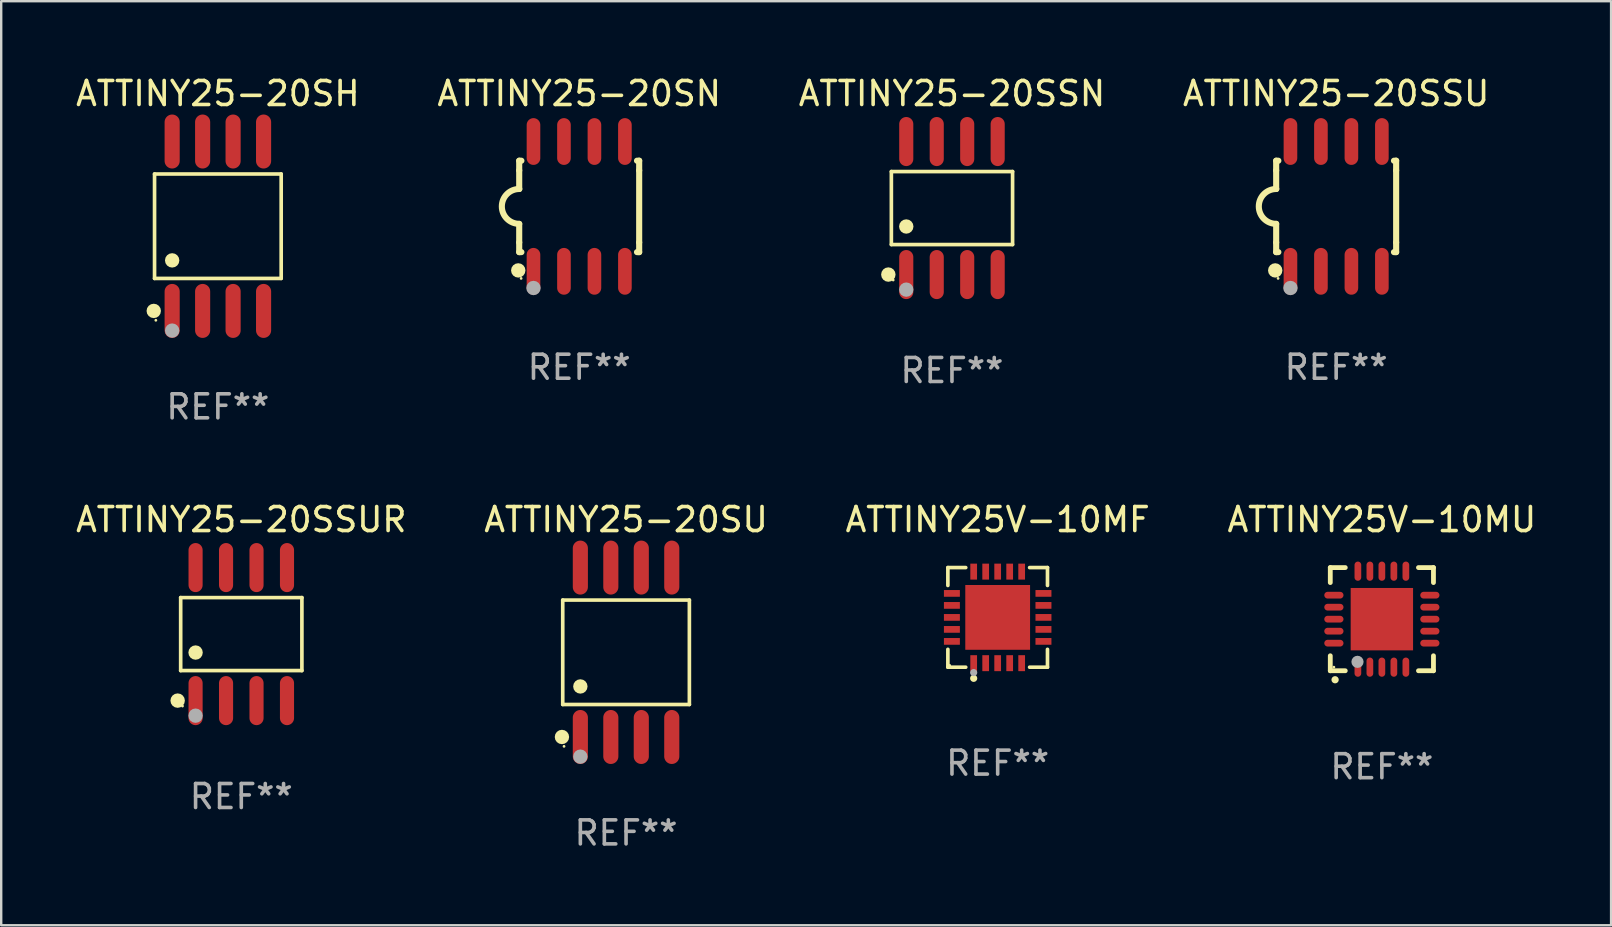
<source format=kicad_pcb>
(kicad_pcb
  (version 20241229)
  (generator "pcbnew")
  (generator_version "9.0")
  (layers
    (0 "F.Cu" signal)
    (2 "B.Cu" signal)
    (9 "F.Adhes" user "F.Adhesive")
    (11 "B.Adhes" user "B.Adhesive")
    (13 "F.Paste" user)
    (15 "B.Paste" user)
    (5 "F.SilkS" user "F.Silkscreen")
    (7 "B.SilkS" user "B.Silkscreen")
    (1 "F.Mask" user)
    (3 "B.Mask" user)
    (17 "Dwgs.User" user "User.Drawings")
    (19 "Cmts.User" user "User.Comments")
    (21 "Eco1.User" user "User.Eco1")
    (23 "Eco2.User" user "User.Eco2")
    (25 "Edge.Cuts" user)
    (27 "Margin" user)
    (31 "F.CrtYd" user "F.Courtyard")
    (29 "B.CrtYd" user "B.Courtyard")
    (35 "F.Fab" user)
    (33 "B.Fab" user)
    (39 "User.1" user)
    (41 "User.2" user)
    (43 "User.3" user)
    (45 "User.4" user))
  (footprint "ATTINY25-20SSU"
    (layer "F.Cu")
    (at 52.637 5.553)
    (property "Reference" "ATTINY25-20SSU" (at 0 -4.705 0) (layer "F.SilkS") (effects (font (size 1 1) (thickness 0.15))))
    (attr through_hole)
    (fp_line (start -2.5 -1.905) (end -2.409 -1.905) (stroke (width 0.254) (type solid)) (layer "F.SilkS"))
    (fp_line (start -2.5 -1.5) (end -2.5 -1.905) (stroke (width 0.254) (type solid)) (layer "F.SilkS"))
    (fp_line (start -2.5 -1.5) (end -2.5 -0.726) (stroke (width 0.254) (type solid)) (layer "F.SilkS"))
    (fp_line (start -2.5 1.5) (end -2.5 0.727) (stroke (width 0.254) (type solid)) (layer "F.SilkS"))
    (fp_line (start -2.5 1.5) (end -2.5 1.905) (stroke (width 0.254) (type solid)) (layer "F.SilkS"))
    (fp_line (start -2.5 1.905) (end -2.409 1.905) (stroke (width 0.254) (type solid)) (layer "F.SilkS"))
    (fp_line (start 2.5 -1.905) (end 2.409 -1.905) (stroke (width 0.254) (type solid)) (layer "F.SilkS"))
    (fp_line (start 2.5 -1.5) (end 2.5 -1.905) (stroke (width 0.254) (type solid)) (layer "F.SilkS"))
    (fp_line (start 2.5 -1.5) (end 2.5 1.5) (stroke (width 0.254) (type solid)) (layer "F.SilkS"))
    (fp_line (start 2.5 1.5) (end 2.5 1.905) (stroke (width 0.254) (type solid)) (layer "F.SilkS"))
    (fp_line (start 2.5 1.905) (end 2.409 1.905) (stroke (width 0.254) (type solid)) (layer "F.SilkS"))
    (fp_arc (start -2.5 0.726568) (mid -3.220316 -0.0023) (end -2.495097 -0.726289) (stroke (width 0.254001) (type solid)) (layer "F.SilkS"))
    (fp_circle (center -2.54 2.667) (end -2.39 2.667) (stroke (width 0.3) (type solid)) (fill no) (layer "F.SilkS"))
    (fp_circle (center -2.42 3) (end -2.39 3) (stroke (width 0.06) (type solid)) (fill no) (layer "F.SilkS"))
    (fp_circle (center -1.905 3.4) (end -1.755 3.4) (stroke (width 0.3) (type solid)) (fill no) (layer "F.Fab"))
    (fp_text user "REF**" (at 0 6.705 0) (layer "F.Fab") (effects (font (size 1 1) (thickness 0.15))))
    (pad "1" smd oval (at -1.905 2.705) (size 0.568 1.95) (layers "F.Cu" "F.Mask" "F.Paste"))
    (pad "2" smd oval (at -0.635 2.705) (size 0.568 1.95) (layers "F.Cu" "F.Mask" "F.Paste"))
    (pad "3" smd oval (at 0.635 2.705) (size 0.568 1.95) (layers "F.Cu" "F.Mask" "F.Paste"))
    (pad "4" smd oval (at 1.905 2.705) (size 0.568 1.95) (layers "F.Cu" "F.Mask" "F.Paste"))
    (pad "5" smd oval (at 1.905 -2.705) (size 0.568 1.95) (layers "F.Cu" "F.Mask" "F.Paste"))
    (pad "6" smd oval (at 0.635 -2.705) (size 0.568 1.95) (layers "F.Cu" "F.Mask" "F.Paste"))
    (pad "7" smd oval (at -0.635 -2.705) (size 0.568 1.95) (layers "F.Cu" "F.Mask" "F.Paste"))
    (pad "8" smd oval (at -1.905 -2.705) (size 0.568 1.95) (layers "F.Cu" "F.Mask" "F.Paste")))
  (footprint "ATTINY25-20SSUR"
    (layer "F.Cu")
    (at 7.006 23.377)
    (property "Reference" "ATTINY25-20SSUR" (at 0 -4.772 0) (layer "F.SilkS") (effects (font (size 1 1) (thickness 0.15))))
    (attr through_hole)
    (fp_line (start -2.526 -1.521) (end 2.526 -1.521) (stroke (width 0.152) (type solid)) (layer "F.SilkS"))
    (fp_line (start -2.526 1.521) (end -2.526 -1.521) (stroke (width 0.152) (type solid)) (layer "F.SilkS"))
    (fp_line (start 2.526 -1.521) (end 2.526 1.521) (stroke (width 0.152) (type solid)) (layer "F.SilkS"))
    (fp_line (start 2.526 1.521) (end -2.526 1.521) (stroke (width 0.152) (type solid)) (layer "F.SilkS"))
    (fp_circle (center -2.652 2.772) (end -2.501 2.772) (stroke (width 0.3) (type solid)) (fill no) (layer "F.SilkS"))
    (fp_circle (center -2.45 3) (end -2.42 3) (stroke (width 0.06) (type solid)) (fill no) (layer "F.SilkS"))
    (fp_circle (center -1.905 0.769) (end -1.755 0.769) (stroke (width 0.3) (type solid)) (fill no) (layer "F.SilkS"))
    (fp_circle (center -1.905 3.4) (end -1.755 3.4) (stroke (width 0.3) (type solid)) (fill no) (layer "F.Fab"))
    (fp_text user "REF**" (at 0 6.772 0) (layer "F.Fab") (effects (font (size 1 1) (thickness 0.15))))
    (pad "1" smd oval (at -1.905 2.772) (size 0.588 2.045) (layers "F.Cu" "F.Mask" "F.Paste"))
    (pad "2" smd oval (at -0.635 2.772) (size 0.588 2.045) (layers "F.Cu" "F.Mask" "F.Paste"))
    (pad "3" smd oval (at 0.635 2.772) (size 0.588 2.045) (layers "F.Cu" "F.Mask" "F.Paste"))
    (pad "4" smd oval (at 1.905 2.772) (size 0.588 2.045) (layers "F.Cu" "F.Mask" "F.Paste"))
    (pad "5" smd oval (at 1.905 -2.772) (size 0.588 2.045) (layers "F.Cu" "F.Mask" "F.Paste"))
    (pad "6" smd oval (at 0.635 -2.772) (size 0.588 2.045) (layers "F.Cu" "F.Mask" "F.Paste"))
    (pad "7" smd oval (at -0.635 -2.772) (size 0.588 2.045) (layers "F.Cu" "F.Mask" "F.Paste"))
    (pad "8" smd oval (at -1.905 -2.772) (size 0.588 2.045) (layers "F.Cu" "F.Mask" "F.Paste")))
  (footprint "ATTINY25-20SN"
    (layer "F.Cu")
    (at 21.089 5.553)
    (property "Reference" "ATTINY25-20SN" (at 0 -4.705 0) (layer "F.SilkS") (effects (font (size 1 1) (thickness 0.15))))
    (attr through_hole)
    (fp_line (start -2.5 -1.905) (end -2.409 -1.905) (stroke (width 0.254) (type solid)) (layer "F.SilkS"))
    (fp_line (start -2.5 -1.5) (end -2.5 -1.905) (stroke (width 0.254) (type solid)) (layer "F.SilkS"))
    (fp_line (start -2.5 -1.5) (end -2.5 -0.726) (stroke (width 0.254) (type solid)) (layer "F.SilkS"))
    (fp_line (start -2.5 1.5) (end -2.5 0.727) (stroke (width 0.254) (type solid)) (layer "F.SilkS"))
    (fp_line (start -2.5 1.5) (end -2.5 1.905) (stroke (width 0.254) (type solid)) (layer "F.SilkS"))
    (fp_line (start -2.5 1.905) (end -2.409 1.905) (stroke (width 0.254) (type solid)) (layer "F.SilkS"))
    (fp_line (start 2.5 -1.905) (end 2.409 -1.905) (stroke (width 0.254) (type solid)) (layer "F.SilkS"))
    (fp_line (start 2.5 -1.5) (end 2.5 -1.905) (stroke (width 0.254) (type solid)) (layer "F.SilkS"))
    (fp_line (start 2.5 -1.5) (end 2.5 1.5) (stroke (width 0.254) (type solid)) (layer "F.SilkS"))
    (fp_line (start 2.5 1.5) (end 2.5 1.905) (stroke (width 0.254) (type solid)) (layer "F.SilkS"))
    (fp_line (start 2.5 1.905) (end 2.409 1.905) (stroke (width 0.254) (type solid)) (layer "F.SilkS"))
    (fp_arc (start -2.5 0.726568) (mid -3.220316 -0.0023) (end -2.495097 -0.726289) (stroke (width 0.254001) (type solid)) (layer "F.SilkS"))
    (fp_circle (center -2.54 2.667) (end -2.39 2.667) (stroke (width 0.3) (type solid)) (fill no) (layer "F.SilkS"))
    (fp_circle (center -2.42 3) (end -2.39 3) (stroke (width 0.06) (type solid)) (fill no) (layer "F.SilkS"))
    (fp_circle (center -1.905 3.4) (end -1.755 3.4) (stroke (width 0.3) (type solid)) (fill no) (layer "F.Fab"))
    (fp_text user "REF**" (at 0 6.705 0) (layer "F.Fab") (effects (font (size 1 1) (thickness 0.15))))
    (pad "1" smd oval (at -1.905 2.705) (size 0.568 1.95) (layers "F.Cu" "F.Mask" "F.Paste"))
    (pad "2" smd oval (at -0.635 2.705) (size 0.568 1.95) (layers "F.Cu" "F.Mask" "F.Paste"))
    (pad "3" smd oval (at 0.635 2.705) (size 0.568 1.95) (layers "F.Cu" "F.Mask" "F.Paste"))
    (pad "4" smd oval (at 1.905 2.705) (size 0.568 1.95) (layers "F.Cu" "F.Mask" "F.Paste"))
    (pad "5" smd oval (at 1.905 -2.705) (size 0.568 1.95) (layers "F.Cu" "F.Mask" "F.Paste"))
    (pad "6" smd oval (at 0.635 -2.705) (size 0.568 1.95) (layers "F.Cu" "F.Mask" "F.Paste"))
    (pad "7" smd oval (at -0.635 -2.705) (size 0.568 1.95) (layers "F.Cu" "F.Mask" "F.Paste"))
    (pad "8" smd oval (at -1.905 -2.705) (size 0.568 1.95) (layers "F.Cu" "F.Mask" "F.Paste")))
  (footprint "ATTINY25V-10MF"
    (layer "F.Cu")
    (at 38.53 22.681)
    (property "Reference" "ATTINY25V-10MF" (at 0 -4.076 0) (layer "F.SilkS") (effects (font (size 1 1) (thickness 0.15))))
    (attr through_hole)
    (fp_line (start -2.076 -2.076) (end -1.331 -2.076) (stroke (width 0.152) (type solid)) (layer "F.SilkS"))
    (fp_line (start -2.076 -1.331) (end -2.076 -2.076) (stroke (width 0.152) (type solid)) (layer "F.SilkS"))
    (fp_line (start -2.076 1.331) (end -2.076 2.076) (stroke (width 0.152) (type solid)) (layer "F.SilkS"))
    (fp_line (start -2.076 2.076) (end -1.331 2.076) (stroke (width 0.152) (type solid)) (layer "F.SilkS"))
    (fp_line (start 2.076 -2.076) (end 1.331 -2.076) (stroke (width 0.152) (type solid)) (layer "F.SilkS"))
    (fp_line (start 2.076 -1.331) (end 2.076 -2.076) (stroke (width 0.152) (type solid)) (layer "F.SilkS"))
    (fp_line (start 2.076 1.331) (end 2.076 2.076) (stroke (width 0.152) (type solid)) (layer "F.SilkS"))
    (fp_line (start 2.076 2.076) (end 1.331 2.076) (stroke (width 0.152) (type solid)) (layer "F.SilkS"))
    (fp_circle (center -2 2) (end -1.97 2) (stroke (width 0.06) (type solid)) (fill no) (layer "F.SilkS"))
    (fp_circle (center -1 2.54) (end -0.925 2.54) (stroke (width 0.15) (type solid)) (fill no) (layer "F.SilkS"))
    (fp_circle (center -1 2.3) (end -0.925 2.3) (stroke (width 0.15) (type solid)) (fill no) (layer "F.Fab"))
    (fp_text user "REF**" (at 0 6.076 0) (layer "F.Fab") (effects (font (size 1 1) (thickness 0.15))))
    (pad "1" smd rect (at -1 1.908) (size 0.28 0.665) (layers "F.Cu" "F.Mask" "F.Paste"))
    (pad "2" smd rect (at -0.5 1.908) (size 0.28 0.665) (layers "F.Cu" "F.Mask" "F.Paste"))
    (pad "3" smd rect (at 0 1.908) (size 0.28 0.665) (layers "F.Cu" "F.Mask" "F.Paste"))
    (pad "4" smd rect (at 0.5 1.908) (size 0.28 0.665) (layers "F.Cu" "F.Mask" "F.Paste"))
    (pad "5" smd rect (at 1 1.908) (size 0.28 0.665) (layers "F.Cu" "F.Mask" "F.Paste"))
    (pad "6" smd rect (at 1.908 1) (size 0.665 0.28) (layers "F.Cu" "F.Mask" "F.Paste"))
    (pad "7" smd rect (at 1.908 0.5) (size 0.665 0.28) (layers "F.Cu" "F.Mask" "F.Paste"))
    (pad "8" smd rect (at 1.908 0) (size 0.665 0.28) (layers "F.Cu" "F.Mask" "F.Paste"))
    (pad "9" smd rect (at 1.908 -0.5) (size 0.665 0.28) (layers "F.Cu" "F.Mask" "F.Paste"))
    (pad "10" smd rect (at 1.908 -1) (size 0.665 0.28) (layers "F.Cu" "F.Mask" "F.Paste"))
    (pad "11" smd rect (at 1 -1.908) (size 0.28 0.665) (layers "F.Cu" "F.Mask" "F.Paste"))
    (pad "12" smd rect (at 0.5 -1.908) (size 0.28 0.665) (layers "F.Cu" "F.Mask" "F.Paste"))
    (pad "13" smd rect (at 0 -1.908) (size 0.28 0.665) (layers "F.Cu" "F.Mask" "F.Paste"))
    (pad "14" smd rect (at -0.5 -1.908) (size 0.28 0.665) (layers "F.Cu" "F.Mask" "F.Paste"))
    (pad "15" smd rect (at -1 -1.908) (size 0.28 0.665) (layers "F.Cu" "F.Mask" "F.Paste"))
    (pad "16" smd rect (at -1.908 -1) (size 0.665 0.28) (layers "F.Cu" "F.Mask" "F.Paste"))
    (pad "17" smd rect (at -1.908 -0.5) (size 0.665 0.28) (layers "F.Cu" "F.Mask" "F.Paste"))
    (pad "18" smd rect (at -1.908 0) (size 0.665 0.28) (layers "F.Cu" "F.Mask" "F.Paste"))
    (pad "19" smd rect (at -1.908 0.5) (size 0.665 0.28) (layers "F.Cu" "F.Mask" "F.Paste"))
    (pad "20" smd rect (at -1.908 1) (size 0.665 0.28) (layers "F.Cu" "F.Mask" "F.Paste"))
    (pad "21" smd rect (at 0 0) (size 2.7 2.7) (layers "F.Cu" "F.Mask" "F.Paste")))
  (footprint "ATTINY25-20SU"
    (layer "F.Cu")
    (at 23.042 24.135)
    (property "Reference" "ATTINY25-20SU" (at 0 -5.53 0) (layer "F.SilkS") (effects (font (size 1 1) (thickness 0.15))))
    (attr through_hole)
    (fp_line (start -2.639 -2.176) (end 2.639 -2.176) (stroke (width 0.152) (type solid)) (layer "F.SilkS"))
    (fp_line (start -2.639 2.176) (end -2.639 -2.176) (stroke (width 0.152) (type solid)) (layer "F.SilkS"))
    (fp_line (start 2.639 -2.176) (end 2.639 2.176) (stroke (width 0.152) (type solid)) (layer "F.SilkS"))
    (fp_line (start 2.639 2.176) (end -2.639 2.176) (stroke (width 0.152) (type solid)) (layer "F.SilkS"))
    (fp_circle (center -2.672 3.53) (end -2.522 3.53) (stroke (width 0.3) (type solid)) (fill no) (layer "F.SilkS"))
    (fp_circle (center -2.585 3.92) (end -2.555 3.92) (stroke (width 0.06) (type solid)) (fill no) (layer "F.SilkS"))
    (fp_circle (center -1.905 1.424) (end -1.755 1.424) (stroke (width 0.3) (type solid)) (fill no) (layer "F.SilkS"))
    (fp_circle (center -1.905 4.35) (end -1.755 4.35) (stroke (width 0.3) (type solid)) (fill no) (layer "F.Fab"))
    (fp_text user "REF**" (at 0 7.53 0) (layer "F.Fab") (effects (font (size 1 1) (thickness 0.15))))
    (pad "1" smd oval (at -1.905 3.53) (size 0.63 2.25) (layers "F.Cu" "F.Mask" "F.Paste"))
    (pad "2" smd oval (at -0.635 3.53) (size 0.63 2.25) (layers "F.Cu" "F.Mask" "F.Paste"))
    (pad "3" smd oval (at 0.635 3.53) (size 0.63 2.25) (layers "F.Cu" "F.Mask" "F.Paste"))
    (pad "4" smd oval (at 1.905 3.53) (size 0.63 2.25) (layers "F.Cu" "F.Mask" "F.Paste"))
    (pad "5" smd oval (at 1.905 -3.53) (size 0.63 2.25) (layers "F.Cu" "F.Mask" "F.Paste"))
    (pad "6" smd oval (at 0.635 -3.53) (size 0.63 2.25) (layers "F.Cu" "F.Mask" "F.Paste"))
    (pad "7" smd oval (at -0.635 -3.53) (size 0.63 2.25) (layers "F.Cu" "F.Mask" "F.Paste"))
    (pad "8" smd oval (at -1.905 -3.53) (size 0.63 2.25) (layers "F.Cu" "F.Mask" "F.Paste")))
  (footprint "ATTINY25-20SSN"
    (layer "F.Cu")
    (at 36.625 5.621)
    (property "Reference" "ATTINY25-20SSN" (at 0 -4.772 0) (layer "F.SilkS") (effects (font (size 1 1) (thickness 0.15))))
    (attr through_hole)
    (fp_line (start -2.526 -1.521) (end 2.526 -1.521) (stroke (width 0.152) (type solid)) (layer "F.SilkS"))
    (fp_line (start -2.526 1.521) (end -2.526 -1.521) (stroke (width 0.152) (type solid)) (layer "F.SilkS"))
    (fp_line (start 2.526 -1.521) (end 2.526 1.521) (stroke (width 0.152) (type solid)) (layer "F.SilkS"))
    (fp_line (start 2.526 1.521) (end -2.526 1.521) (stroke (width 0.152) (type solid)) (layer "F.SilkS"))
    (fp_circle (center -2.652 2.772) (end -2.501 2.772) (stroke (width 0.3) (type solid)) (fill no) (layer "F.SilkS"))
    (fp_circle (center -2.45 3) (end -2.42 3) (stroke (width 0.06) (type solid)) (fill no) (layer "F.SilkS"))
    (fp_circle (center -1.905 0.769) (end -1.755 0.769) (stroke (width 0.3) (type solid)) (fill no) (layer "F.SilkS"))
    (fp_circle (center -1.905 3.4) (end -1.755 3.4) (stroke (width 0.3) (type solid)) (fill no) (layer "F.Fab"))
    (fp_text user "REF**" (at 0 6.772 0) (layer "F.Fab") (effects (font (size 1 1) (thickness 0.15))))
    (pad "1" smd oval (at -1.905 2.772) (size 0.588 2.045) (layers "F.Cu" "F.Mask" "F.Paste"))
    (pad "2" smd oval (at -0.635 2.772) (size 0.588 2.045) (layers "F.Cu" "F.Mask" "F.Paste"))
    (pad "3" smd oval (at 0.635 2.772) (size 0.588 2.045) (layers "F.Cu" "F.Mask" "F.Paste"))
    (pad "4" smd oval (at 1.905 2.772) (size 0.588 2.045) (layers "F.Cu" "F.Mask" "F.Paste"))
    (pad "5" smd oval (at 1.905 -2.772) (size 0.588 2.045) (layers "F.Cu" "F.Mask" "F.Paste"))
    (pad "6" smd oval (at 0.635 -2.772) (size 0.588 2.045) (layers "F.Cu" "F.Mask" "F.Paste"))
    (pad "7" smd oval (at -0.635 -2.772) (size 0.588 2.045) (layers "F.Cu" "F.Mask" "F.Paste"))
    (pad "8" smd oval (at -1.905 -2.772) (size 0.588 2.045) (layers "F.Cu" "F.Mask" "F.Paste")))
  (footprint "ATTINY25V-10MU"
    (layer "F.Cu")
    (at 54.542 22.755)
    (property "Reference" "ATTINY25V-10MU" (at 0 -4.15 0) (layer "F.SilkS") (effects (font (size 1 1) (thickness 0.15))))
    (attr through_hole)
    (fp_line (start -2.15 -2.15) (end -2.15 -1.525) (stroke (width 0.2) (type solid)) (layer "F.SilkS"))
    (fp_line (start -2.15 2.15) (end -2.15 1.525) (stroke (width 0.2) (type solid)) (layer "F.SilkS"))
    (fp_line (start -1.525 -2.15) (end -2.15 -2.15) (stroke (width 0.2) (type solid)) (layer "F.SilkS"))
    (fp_line (start -1.525 2.15) (end -2.15 2.15) (stroke (width 0.2) (type solid)) (layer "F.SilkS"))
    (fp_line (start 1.525 2.15) (end 2.15 2.15) (stroke (width 0.2) (type solid)) (layer "F.SilkS"))
    (fp_line (start 2.15 -2.15) (end 1.525 -2.15) (stroke (width 0.2) (type solid)) (layer "F.SilkS"))
    (fp_line (start 2.15 -1.525) (end 2.15 -2.15) (stroke (width 0.2) (type solid)) (layer "F.SilkS"))
    (fp_line (start 2.15 2.15) (end 2.15 1.525) (stroke (width 0.2) (type solid)) (layer "F.SilkS"))
    (fp_arc (start -1.950724 2.524765) (mid -1.949454 2.52476) (end -1.948184 2.524765) (stroke (width 0.3) (type solid)) (layer "F.SilkS"))
    (fp_circle (center -2 2) (end -1.97 2) (stroke (width 0.06) (type solid)) (fill no) (layer "F.SilkS"))
    (fp_circle (center -1.016 1.778) (end -0.889 1.778) (stroke (width 0.254) (type solid)) (fill no) (layer "F.Fab"))
    (fp_text user "REF**" (at 0 6.15 0) (layer "F.Fab") (effects (font (size 1 1) (thickness 0.15))))
    (pad "1" smd oval (at -1 2) (size 0.28 0.8) (layers "F.Cu" "F.Mask" "F.Paste"))
    (pad "2" smd oval (at -0.5 2) (size 0.28 0.8) (layers "F.Cu" "F.Mask" "F.Paste"))
    (pad "3" smd oval (at 0 2) (size 0.28 0.8) (layers "F.Cu" "F.Mask" "F.Paste"))
    (pad "4" smd oval (at 0.5 2) (size 0.28 0.8) (layers "F.Cu" "F.Mask" "F.Paste"))
    (pad "5" smd oval (at 1 2) (size 0.28 0.8) (layers "F.Cu" "F.Mask" "F.Paste"))
    (pad "6" smd oval (at 2 1) (size 0.8 0.28) (layers "F.Cu" "F.Mask" "F.Paste"))
    (pad "7" smd oval (at 2 0.5) (size 0.8 0.28) (layers "F.Cu" "F.Mask" "F.Paste"))
    (pad "8" smd oval (at 2 0) (size 0.8 0.28) (layers "F.Cu" "F.Mask" "F.Paste"))
    (pad "9" smd oval (at 2 -0.5) (size 0.8 0.28) (layers "F.Cu" "F.Mask" "F.Paste"))
    (pad "10" smd oval (at 2 -1) (size 0.8 0.28) (layers "F.Cu" "F.Mask" "F.Paste"))
    (pad "11" smd oval (at 1 -2) (size 0.28 0.8) (layers "F.Cu" "F.Mask" "F.Paste"))
    (pad "12" smd oval (at 0.5 -2) (size 0.28 0.8) (layers "F.Cu" "F.Mask" "F.Paste"))
    (pad "13" smd oval (at 0 -2) (size 0.28 0.8) (layers "F.Cu" "F.Mask" "F.Paste"))
    (pad "14" smd oval (at -0.5 -2) (size 0.28 0.8) (layers "F.Cu" "F.Mask" "F.Paste"))
    (pad "15" smd oval (at -1 -2) (size 0.28 0.8) (layers "F.Cu" "F.Mask" "F.Paste"))
    (pad "16" smd oval (at -2 -1) (size 0.8 0.28) (layers "F.Cu" "F.Mask" "F.Paste"))
    (pad "17" smd oval (at -2 -0.5) (size 0.8 0.28) (layers "F.Cu" "F.Mask" "F.Paste"))
    (pad "18" smd oval (at -2 0) (size 0.8 0.28) (layers "F.Cu" "F.Mask" "F.Paste"))
    (pad "19" smd oval (at -2 0.5) (size 0.8 0.28) (layers "F.Cu" "F.Mask" "F.Paste"))
    (pad "20" smd oval (at -2 1) (size 0.8 0.28) (layers "F.Cu" "F.Mask" "F.Paste"))
    (pad "21" smd rect (at 0 0) (size 2.6 2.6) (layers "F.Cu" "F.Mask" "F.Paste")))
  (footprint "ATTINY25-20SH"
    (layer "F.Cu")
    (at 6.03 6.378)
    (property "Reference" "ATTINY25-20SH" (at 0 -5.53 0) (layer "F.SilkS") (effects (font (size 1 1) (thickness 0.15))))
    (attr through_hole)
    (fp_line (start -2.639 -2.176) (end 2.639 -2.176) (stroke (width 0.152) (type solid)) (layer "F.SilkS"))
    (fp_line (start -2.639 2.176) (end -2.639 -2.176) (stroke (width 0.152) (type solid)) (layer "F.SilkS"))
    (fp_line (start 2.639 -2.176) (end 2.639 2.176) (stroke (width 0.152) (type solid)) (layer "F.SilkS"))
    (fp_line (start 2.639 2.176) (end -2.639 2.176) (stroke (width 0.152) (type solid)) (layer "F.SilkS"))
    (fp_circle (center -2.672 3.53) (end -2.522 3.53) (stroke (width 0.3) (type solid)) (fill no) (layer "F.SilkS"))
    (fp_circle (center -2.585 3.92) (end -2.555 3.92) (stroke (width 0.06) (type solid)) (fill no) (layer "F.SilkS"))
    (fp_circle (center -1.905 1.424) (end -1.755 1.424) (stroke (width 0.3) (type solid)) (fill no) (layer "F.SilkS"))
    (fp_circle (center -1.905 4.35) (end -1.755 4.35) (stroke (width 0.3) (type solid)) (fill no) (layer "F.Fab"))
    (fp_text user "REF**" (at 0 7.53 0) (layer "F.Fab") (effects (font (size 1 1) (thickness 0.15))))
    (pad "1" smd oval (at -1.905 3.53) (size 0.63 2.25) (layers "F.Cu" "F.Mask" "F.Paste"))
    (pad "2" smd oval (at -0.635 3.53) (size 0.63 2.25) (layers "F.Cu" "F.Mask" "F.Paste"))
    (pad "3" smd oval (at 0.635 3.53) (size 0.63 2.25) (layers "F.Cu" "F.Mask" "F.Paste"))
    (pad "4" smd oval (at 1.905 3.53) (size 0.63 2.25) (layers "F.Cu" "F.Mask" "F.Paste"))
    (pad "5" smd oval (at 1.905 -3.53) (size 0.63 2.25) (layers "F.Cu" "F.Mask" "F.Paste"))
    (pad "6" smd oval (at 0.635 -3.53) (size 0.63 2.25) (layers "F.Cu" "F.Mask" "F.Paste"))
    (pad "7" smd oval (at -0.635 -3.53) (size 0.63 2.25) (layers "F.Cu" "F.Mask" "F.Paste"))
    (pad "8" smd oval (at -1.905 -3.53) (size 0.63 2.25) (layers "F.Cu" "F.Mask" "F.Paste")))
  (gr_rect
    (start -3 -3)
    (end 64.095 35.513)
    (stroke (width 0.1) (type default))
    (fill no)
    (layer "Edge.Cuts")))
</source>
